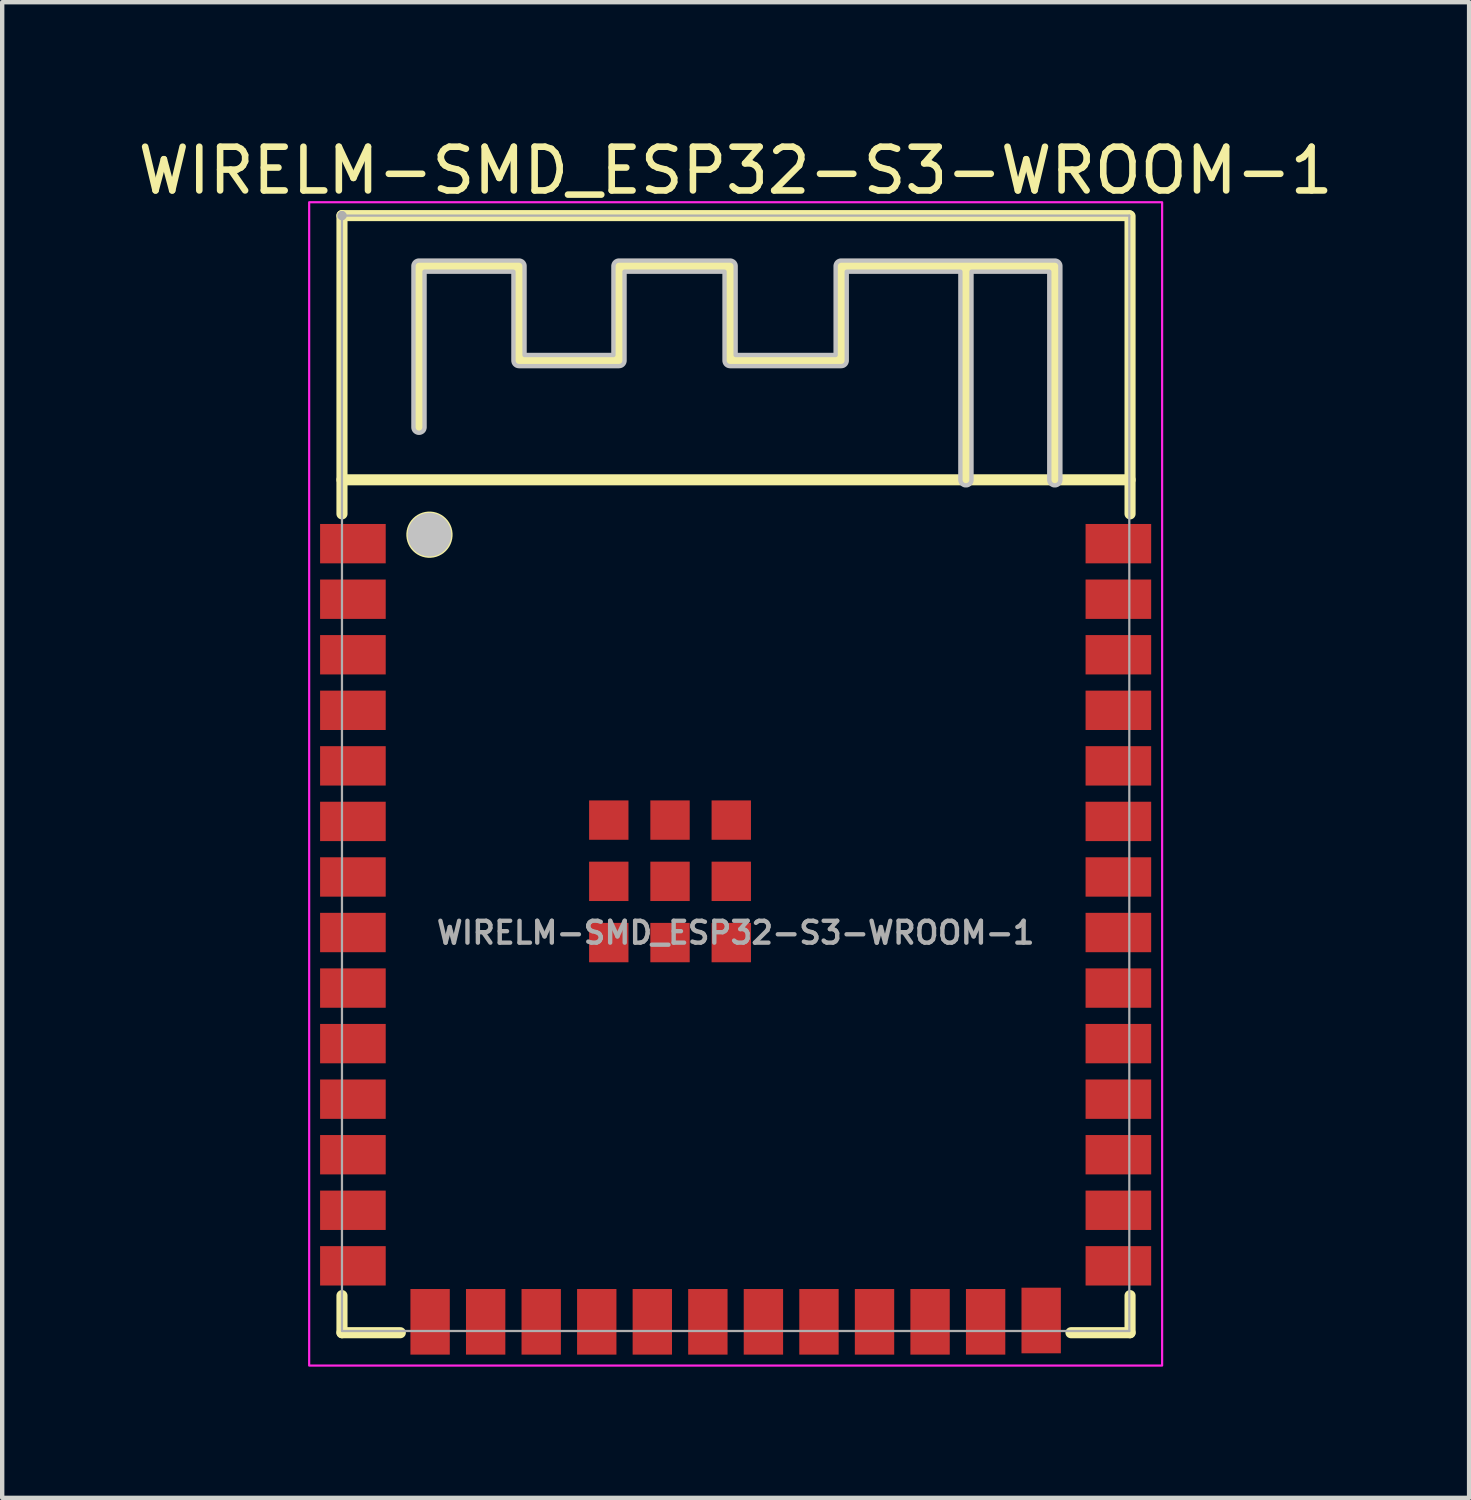
<source format=kicad_pcb>
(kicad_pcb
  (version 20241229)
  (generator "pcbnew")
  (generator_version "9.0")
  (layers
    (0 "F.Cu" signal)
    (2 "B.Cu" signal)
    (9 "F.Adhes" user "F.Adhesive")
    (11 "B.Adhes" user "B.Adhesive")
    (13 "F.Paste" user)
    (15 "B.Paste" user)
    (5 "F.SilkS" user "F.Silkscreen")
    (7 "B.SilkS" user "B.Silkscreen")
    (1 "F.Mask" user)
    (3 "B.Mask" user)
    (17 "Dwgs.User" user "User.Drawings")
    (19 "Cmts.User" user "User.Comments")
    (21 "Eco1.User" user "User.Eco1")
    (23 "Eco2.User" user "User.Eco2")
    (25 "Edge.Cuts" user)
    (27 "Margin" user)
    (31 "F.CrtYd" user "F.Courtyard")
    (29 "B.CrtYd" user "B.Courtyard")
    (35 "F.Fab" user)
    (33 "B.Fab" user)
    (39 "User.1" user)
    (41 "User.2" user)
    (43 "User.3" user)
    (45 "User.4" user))
  (footprint "WIRELM-SMD_ESP32-S3-WROOM-1"
    (layer "F.Cu")
    (at 13.768 18.274)
    (property "Reference" "WIRELM-SMD_ESP32-S3-WROOM-1" (at 0 -17.425 0) (layer "F.SilkS") (effects (font (size 1 1) (thickness 0.15))))
    (fp_line (start -9 -16.395) (end -9 -9.576) (stroke (width 0.254) (type default)) (layer "F.SilkS"))
    (fp_line (start -9 -10.355) (end 9.017 -10.355) (stroke (width 0.254) (type default)) (layer "F.SilkS"))
    (fp_line (start -9 8.296) (end -9 9.144) (stroke (width 0.254) (type default)) (layer "F.SilkS"))
    (fp_line (start -9 9.144) (end -7.666 9.144) (stroke (width 0.254) (type default)) (layer "F.SilkS"))
    (fp_line (start -7.239 -15.24) (end -7.239 -11.557) (stroke (width 0.254) (type default)) (layer "F.SilkS"))
    (fp_line (start -4.953 -15.24) (end -7.239 -15.24) (stroke (width 0.254) (type default)) (layer "F.SilkS"))
    (fp_line (start -4.953 -13.081) (end -4.953 -15.24) (stroke (width 0.254) (type default)) (layer "F.SilkS"))
    (fp_line (start -2.667 -15.24) (end -2.667 -13.081) (stroke (width 0.254) (type default)) (layer "F.SilkS"))
    (fp_line (start -2.667 -13.081) (end -4.953 -13.081) (stroke (width 0.254) (type default)) (layer "F.SilkS"))
    (fp_line (start -0.127 -15.24) (end -2.667 -15.24) (stroke (width 0.254) (type default)) (layer "F.SilkS"))
    (fp_line (start -0.127 -13.081) (end -0.127 -15.24) (stroke (width 0.254) (type default)) (layer "F.SilkS"))
    (fp_line (start 2.413 -15.24) (end 2.413 -13.081) (stroke (width 0.254) (type default)) (layer "F.SilkS"))
    (fp_line (start 2.413 -13.081) (end -0.127 -13.081) (stroke (width 0.254) (type default)) (layer "F.SilkS"))
    (fp_line (start 5.265 -15.24) (end 2.413 -15.24) (stroke (width 0.254) (type default)) (layer "F.SilkS"))
    (fp_line (start 5.265 -10.355) (end 5.265 -15.24) (stroke (width 0.254) (type default)) (layer "F.SilkS"))
    (fp_line (start 7.297 -15.24) (end 5.062 -15.24) (stroke (width 0.254) (type default)) (layer "F.SilkS"))
    (fp_line (start 7.297 -10.355) (end 7.297 -15.24) (stroke (width 0.254) (type default)) (layer "F.SilkS"))
    (fp_line (start 7.666 9.144) (end 9.017 9.144) (stroke (width 0.254) (type default)) (layer "F.SilkS"))
    (fp_line (start 9 -16.395) (end -9 -16.395) (stroke (width 0.254) (type default)) (layer "F.SilkS"))
    (fp_line (start 9.017 -9.576) (end 9.017 -16.383) (stroke (width 0.254) (type default)) (layer "F.SilkS"))
    (fp_line (start 9.017 9.144) (end 9.017 8.296) (stroke (width 0.254) (type default)) (layer "F.SilkS"))
    (fp_poly (pts (arc (start -7.5285 -9.1) (mid -7 -9.6285) (end -6.4715 -9.1)) (arc (start -6.4715 -9.1) (mid -7 -8.5715) (end -7.5285 -9.1))) (stroke (width 0) (type default)) (fill yes) (layer "F.SilkS"))
    (fp_circle (center -7 -9.1) (end -6.75 -9.1) (stroke (width 0.5) (type default)) (fill no) (layer "Dwgs.User"))
    (fp_poly (pts (xy -7.239 -15.367) (xy -7.255 -15.366) (xy -7.272 -15.363) (xy -7.287 -15.357) (xy -7.303 -15.35) (xy -7.316 -15.341) (xy -7.329 -15.33) (xy -7.34 -15.318) (xy -7.349 -15.303) (xy -7.356 -15.289) (xy -7.362 -15.273) (xy -7.365 -15.257) (xy -7.366 -15.24) (xy -7.366 -11.557) (xy -7.365 -11.54) (xy -7.362 -11.524) (xy -7.356 -11.508) (xy -7.349 -11.493) (xy -7.34 -11.479) (xy -7.329 -11.467) (xy -7.316 -11.456) (xy -7.303 -11.447) (xy -7.287 -11.44) (xy -7.272 -11.434) (xy -7.255 -11.431) (xy -7.239 -11.43) (xy -7.223 -11.431) (xy -7.206 -11.434) (xy -7.191 -11.44) (xy -7.176 -11.447) (xy -7.162 -11.456) (xy -7.149 -11.467) (xy -7.138 -11.479) (xy -7.129 -11.493) (xy -7.122 -11.508) (xy -7.117 -11.524) (xy -7.113 -11.54) (xy -7.112 -11.557) (xy -7.112 -15.113) (xy -5.08 -15.113) (xy -5.08 -13.081) (xy -5.079 -13.065) (xy -5.075 -13.048) (xy -5.071 -13.033) (xy -5.063 -13.018) (xy -5.054 -13.004) (xy -5.043 -12.991) (xy -5.03 -12.98) (xy -5.016 -12.971) (xy -5.002 -12.963) (xy -4.986 -12.959) (xy -4.97 -12.955) (xy -4.953 -12.954) (xy -2.667 -12.954) (xy -2.651 -12.955) (xy -2.634 -12.959) (xy -2.619 -12.963) (xy -2.603 -12.971) (xy -2.59 -12.98) (xy -2.577 -12.991) (xy -2.566 -13.004) (xy -2.557 -13.018) (xy -2.55 -13.033) (xy -2.545 -13.048) (xy -2.541 -13.065) (xy -2.54 -13.081) (xy -2.54 -15.113) (xy -0.254 -15.113) (xy -0.254 -13.081) (xy -0.253 -13.065) (xy -0.249 -13.048) (xy -0.244 -13.033) (xy -0.237 -13.018) (xy -0.228 -13.004) (xy -0.217 -12.991) (xy -0.204 -12.98) (xy -0.191 -12.971) (xy -0.175 -12.963) (xy -0.16 -12.959) (xy -0.143 -12.955) (xy -0.127 -12.954) (xy 2.413 -12.954) (xy 2.429 -12.955) (xy 2.446 -12.959) (xy 2.462 -12.963) (xy 2.477 -12.971) (xy 2.49 -12.98) (xy 2.503 -12.991) (xy 2.514 -13.004) (xy 2.523 -13.018) (xy 2.53 -13.033) (xy 2.535 -13.048) (xy 2.539 -13.065) (xy 2.54 -13.081) (xy 2.54 -15.113) (xy 5.062 -15.113) (xy 5.138 -15.113) (xy 5.138 -10.355) (xy 5.139 -10.339) (xy 5.143 -10.322) (xy 5.148 -10.307) (xy 5.155 -10.292) (xy 5.165 -10.278) (xy 5.176 -10.265) (xy 5.188 -10.255) (xy 5.202 -10.245) (xy 5.216 -10.238) (xy 5.232 -10.232) (xy 5.248 -10.229) (xy 5.265 -10.229) (xy 5.282 -10.229) (xy 5.298 -10.232) (xy 5.314 -10.238) (xy 5.329 -10.245) (xy 5.343 -10.255) (xy 5.355 -10.265) (xy 5.366 -10.278) (xy 5.375 -10.292) (xy 5.383 -10.307) (xy 5.388 -10.322) (xy 5.391 -10.339) (xy 5.392 -10.355) (xy 5.392 -15.113) (xy 7.17 -15.113) (xy 7.17 -10.355) (xy 7.171 -10.339) (xy 7.175 -10.322) (xy 7.18 -10.307) (xy 7.187 -10.292) (xy 7.197 -10.278) (xy 7.207 -10.265) (xy 7.22 -10.255) (xy 7.234 -10.245) (xy 7.248 -10.238) (xy 7.264 -10.232) (xy 7.28 -10.229) (xy 7.297 -10.229) (xy 7.314 -10.229) (xy 7.33 -10.232) (xy 7.346 -10.238) (xy 7.361 -10.245) (xy 7.375 -10.255) (xy 7.387 -10.265) (xy 7.398 -10.278) (xy 7.407 -10.292) (xy 7.415 -10.307) (xy 7.42 -10.322) (xy 7.423 -10.339) (xy 7.424 -10.355) (xy 7.424 -15.24) (xy 7.423 -15.257) (xy 7.42 -15.273) (xy 7.415 -15.289) (xy 7.407 -15.303) (xy 7.398 -15.318) (xy 7.387 -15.33) (xy 7.375 -15.341) (xy 7.361 -15.35) (xy 7.346 -15.357) (xy 7.33 -15.363) (xy 7.314 -15.366) (xy 7.297 -15.367) (xy 5.265 -15.367) (xy 5.062 -15.367) (xy 2.413 -15.367) (xy 2.397 -15.366) (xy 2.38 -15.363) (xy 2.365 -15.357) (xy 2.349 -15.35) (xy 2.336 -15.341) (xy 2.323 -15.33) (xy 2.312 -15.318) (xy 2.303 -15.303) (xy 2.296 -15.289) (xy 2.291 -15.273) (xy 2.287 -15.257) (xy 2.286 -15.24) (xy 2.286 -13.208) (xy 0 -13.208) (xy 0 -15.24) (xy -0.001 -15.257) (xy -0.004 -15.273) (xy -0.009 -15.289) (xy -0.017 -15.303) (xy -0.026 -15.318) (xy -0.037 -15.33) (xy -0.05 -15.341) (xy -0.064 -15.35) (xy -0.079 -15.357) (xy -0.094 -15.363) (xy -0.111 -15.366) (xy -0.127 -15.367) (xy -2.667 -15.367) (xy -2.683 -15.366) (xy -2.7 -15.363) (xy -2.716 -15.357) (xy -2.731 -15.35) (xy -2.744 -15.341) (xy -2.757 -15.33) (xy -2.768 -15.318) (xy -2.777 -15.303) (xy -2.784 -15.289) (xy -2.789 -15.273) (xy -2.793 -15.257) (xy -2.794 -15.24) (xy -2.794 -13.208) (xy -4.826 -13.208) (xy -4.826 -15.24) (xy -4.827 -15.257) (xy -4.83 -15.273) (xy -4.835 -15.289) (xy -4.843 -15.303) (xy -4.852 -15.318) (xy -4.863 -15.33) (xy -4.875 -15.341) (xy -4.889 -15.35) (xy -4.904 -15.357) (xy -4.92 -15.363) (xy -4.936 -15.366) (xy -4.953 -15.367)) (stroke (width 0.1) (type default)) (fill no) (layer "Dwgs.User"))
    (fp_rect (start -9.75 -16.7) (end 9.75 9.895) (stroke (width 0.05) (type default)) (fill no) (layer "F.CrtYd"))
    (fp_line (start -9 -16.395) (end 9 -16.395) (stroke (width 0.051) (type default)) (layer "F.Fab"))
    (fp_line (start -9 9.105) (end -9 -16.395) (stroke (width 0.051) (type default)) (layer "F.Fab"))
    (fp_line (start 9 -16.395) (end 9 9.105) (stroke (width 0.051) (type default)) (layer "F.Fab"))
    (fp_line (start 9 9.105) (end -9 9.105) (stroke (width 0.051) (type default)) (layer "F.Fab"))
    (fp_poly (pts (xy -8.945 -16.418) (xy -8.977 -16.45) (xy -9.023 -16.45) (xy -9.055 -16.418) (xy -9.055 -16.372) (xy -9.023 -16.34) (xy -8.977 -16.34) (xy -8.945 -16.372)) (stroke (width 0.1) (type default)) (fill no) (layer "F.Fab"))
    (fp_poly (pts (xy -9 -9.345) (xy -8.1 -9.345) (xy -8.1 -8.445) (xy -9 -8.445)) (stroke (width 0.1) (type default)) (fill no) (layer "User.1"))
    (fp_poly (pts (xy -9 -8.075) (xy -8.1 -8.075) (xy -8.1 -7.175) (xy -9 -7.175)) (stroke (width 0.1) (type default)) (fill no) (layer "User.1"))
    (fp_poly (pts (xy -9 -6.805) (xy -8.1 -6.805) (xy -8.1 -5.905) (xy -9 -5.905)) (stroke (width 0.1) (type default)) (fill no) (layer "User.1"))
    (fp_poly (pts (xy -9 -5.535) (xy -8.1 -5.535) (xy -8.1 -4.635) (xy -9 -4.635)) (stroke (width 0.1) (type default)) (fill no) (layer "User.1"))
    (fp_poly (pts (xy -9 -4.265) (xy -8.1 -4.265) (xy -8.1 -3.365) (xy -9 -3.365)) (stroke (width 0.1) (type default)) (fill no) (layer "User.1"))
    (fp_poly (pts (xy -9 -2.995) (xy -8.1 -2.995) (xy -8.1 -2.095) (xy -9 -2.095)) (stroke (width 0.1) (type default)) (fill no) (layer "User.1"))
    (fp_poly (pts (xy -9 -1.725) (xy -8.1 -1.725) (xy -8.1 -0.825) (xy -9 -0.825)) (stroke (width 0.1) (type default)) (fill no) (layer "User.1"))
    (fp_poly (pts (xy -9 -0.455) (xy -8.1 -0.455) (xy -8.1 0.445) (xy -9 0.445)) (stroke (width 0.1) (type default)) (fill no) (layer "User.1"))
    (fp_poly (pts (xy -9 0.815) (xy -8.1 0.815) (xy -8.1 1.715) (xy -9 1.715)) (stroke (width 0.1) (type default)) (fill no) (layer "User.1"))
    (fp_poly (pts (xy -9 2.085) (xy -8.1 2.085) (xy -8.1 2.985) (xy -9 2.985)) (stroke (width 0.1) (type default)) (fill no) (layer "User.1"))
    (fp_poly (pts (xy -9 3.355) (xy -8.1 3.355) (xy -8.1 4.255) (xy -9 4.255)) (stroke (width 0.1) (type default)) (fill no) (layer "User.1"))
    (fp_poly (pts (xy -9 4.625) (xy -8.1 4.625) (xy -8.1 5.525) (xy -9 5.525)) (stroke (width 0.1) (type default)) (fill no) (layer "User.1"))
    (fp_poly (pts (xy -9 5.895) (xy -8.1 5.895) (xy -8.1 6.795) (xy -9 6.795)) (stroke (width 0.1) (type default)) (fill no) (layer "User.1"))
    (fp_poly (pts (xy -9 7.165) (xy -8.1 7.165) (xy -8.1 8.065) (xy -9 8.065)) (stroke (width 0.1) (type default)) (fill no) (layer "User.1"))
    (fp_poly (pts (xy -6.535 8.205) (xy -6.535 9.105) (xy -7.435 9.105) (xy -7.435 8.205)) (stroke (width 0.1) (type default)) (fill no) (layer "User.1"))
    (fp_poly (pts (xy -5.265 8.205) (xy -5.265 9.105) (xy -6.165 9.105) (xy -6.165 8.205)) (stroke (width 0.1) (type default)) (fill no) (layer "User.1"))
    (fp_poly (pts (xy -3.995 8.205) (xy -3.995 9.105) (xy -4.895 9.105) (xy -4.895 8.205)) (stroke (width 0.1) (type default)) (fill no) (layer "User.1"))
    (fp_poly (pts (xy -3.35 -2.125) (xy -3.35 -3.025) (xy -2.45 -3.025) (xy -2.45 -2.125)) (stroke (width 0.1) (type default)) (fill no) (layer "User.1"))
    (fp_poly (pts (xy -3.35 -0.725) (xy -3.35 -1.625) (xy -2.45 -1.625) (xy -2.45 -0.725)) (stroke (width 0.1) (type default)) (fill no) (layer "User.1"))
    (fp_poly (pts (xy -3.35 0.675) (xy -3.35 -0.225) (xy -2.45 -0.225) (xy -2.45 0.675)) (stroke (width 0.1) (type default)) (fill no) (layer "User.1"))
    (fp_poly (pts (xy -2.725 8.205) (xy -2.725 9.105) (xy -3.625 9.105) (xy -3.625 8.205)) (stroke (width 0.1) (type default)) (fill no) (layer "User.1"))
    (fp_poly (pts (xy -1.95 -2.125) (xy -1.95 -3.025) (xy -1.05 -3.025) (xy -1.05 -2.125)) (stroke (width 0.1) (type default)) (fill no) (layer "User.1"))
    (fp_poly (pts (xy -1.95 -0.725) (xy -1.95 -1.625) (xy -1.05 -1.625) (xy -1.05 -0.725)) (stroke (width 0.1) (type default)) (fill no) (layer "User.1"))
    (fp_poly (pts (xy -1.95 0.675) (xy -1.95 -0.225) (xy -1.05 -0.225) (xy -1.05 0.675)) (stroke (width 0.1) (type default)) (fill no) (layer "User.1"))
    (fp_poly (pts (xy -1.455 8.205) (xy -1.455 9.105) (xy -2.355 9.105) (xy -2.355 8.205)) (stroke (width 0.1) (type default)) (fill no) (layer "User.1"))
    (fp_poly (pts (xy -0.55 -2.125) (xy -0.55 -3.025) (xy 0.35 -3.025) (xy 0.35 -2.125)) (stroke (width 0.1) (type default)) (fill no) (layer "User.1"))
    (fp_poly (pts (xy -0.55 -0.725) (xy -0.55 -1.625) (xy 0.35 -1.625) (xy 0.35 -0.725)) (stroke (width 0.1) (type default)) (fill no) (layer "User.1"))
    (fp_poly (pts (xy -0.55 0.675) (xy -0.55 -0.225) (xy 0.35 -0.225) (xy 0.35 0.675)) (stroke (width 0.1) (type default)) (fill no) (layer "User.1"))
    (fp_poly (pts (xy -0.185 8.205) (xy -0.185 9.105) (xy -1.085 9.105) (xy -1.085 8.205)) (stroke (width 0.1) (type default)) (fill no) (layer "User.1"))
    (fp_poly (pts (xy 1.085 8.205) (xy 1.085 9.105) (xy 0.185 9.105) (xy 0.185 8.205)) (stroke (width 0.1) (type default)) (fill no) (layer "User.1"))
    (fp_poly (pts (xy 2.355 8.205) (xy 2.355 9.105) (xy 1.455 9.105) (xy 1.455 8.205)) (stroke (width 0.1) (type default)) (fill no) (layer "User.1"))
    (fp_poly (pts (xy 3.625 8.205) (xy 3.625 9.105) (xy 2.725 9.105) (xy 2.725 8.205)) (stroke (width 0.1) (type default)) (fill no) (layer "User.1"))
    (fp_poly (pts (xy 4.895 8.205) (xy 4.895 9.105) (xy 3.995 9.105) (xy 3.995 8.205)) (stroke (width 0.1) (type default)) (fill no) (layer "User.1"))
    (fp_poly (pts (xy 6.165 8.205) (xy 6.165 9.105) (xy 5.265 9.105) (xy 5.265 8.205)) (stroke (width 0.1) (type default)) (fill no) (layer "User.1"))
    (fp_poly (pts (xy 7.435 8.205) (xy 7.435 9.105) (xy 6.535 9.105) (xy 6.535 8.205)) (stroke (width 0.1) (type default)) (fill no) (layer "User.1"))
    (fp_poly (pts (xy 9 -8.445) (xy 8.1 -8.445) (xy 8.1 -9.345) (xy 9 -9.345)) (stroke (width 0.1) (type default)) (fill no) (layer "User.1"))
    (fp_poly (pts (xy 9 -7.175) (xy 8.1 -7.175) (xy 8.1 -8.075) (xy 9 -8.075)) (stroke (width 0.1) (type default)) (fill no) (layer "User.1"))
    (fp_poly (pts (xy 9 -5.905) (xy 8.1 -5.905) (xy 8.1 -6.805) (xy 9 -6.805)) (stroke (width 0.1) (type default)) (fill no) (layer "User.1"))
    (fp_poly (pts (xy 9 -4.635) (xy 8.1 -4.635) (xy 8.1 -5.535) (xy 9 -5.535)) (stroke (width 0.1) (type default)) (fill no) (layer "User.1"))
    (fp_poly (pts (xy 9 -3.365) (xy 8.1 -3.365) (xy 8.1 -4.265) (xy 9 -4.265)) (stroke (width 0.1) (type default)) (fill no) (layer "User.1"))
    (fp_poly (pts (xy 9 -2.095) (xy 8.1 -2.095) (xy 8.1 -2.995) (xy 9 -2.995)) (stroke (width 0.1) (type default)) (fill no) (layer "User.1"))
    (fp_poly (pts (xy 9 -0.825) (xy 8.1 -0.825) (xy 8.1 -1.725) (xy 9 -1.725)) (stroke (width 0.1) (type default)) (fill no) (layer "User.1"))
    (fp_poly (pts (xy 9 0.445) (xy 8.1 0.445) (xy 8.1 -0.455) (xy 9 -0.455)) (stroke (width 0.1) (type default)) (fill no) (layer "User.1"))
    (fp_poly (pts (xy 9 1.715) (xy 8.1 1.715) (xy 8.1 0.815) (xy 9 0.815)) (stroke (width 0.1) (type default)) (fill no) (layer "User.1"))
    (fp_poly (pts (xy 9 2.985) (xy 8.1 2.985) (xy 8.1 2.085) (xy 9 2.085)) (stroke (width 0.1) (type default)) (fill no) (layer "User.1"))
    (fp_poly (pts (xy 9 4.255) (xy 8.1 4.255) (xy 8.1 3.355) (xy 9 3.355)) (stroke (width 0.1) (type default)) (fill no) (layer "User.1"))
    (fp_poly (pts (xy 9 5.525) (xy 8.1 5.525) (xy 8.1 4.625) (xy 9 4.625)) (stroke (width 0.1) (type default)) (fill no) (layer "User.1"))
    (fp_poly (pts (xy 9 6.795) (xy 8.1 6.795) (xy 8.1 5.895) (xy 9 5.895)) (stroke (width 0.1) (type default)) (fill no) (layer "User.1"))
    (fp_poly (pts (xy 9 8.065) (xy 8.1 8.065) (xy 8.1 7.165) (xy 9 7.165)) (stroke (width 0.1) (type default)) (fill no) (layer "User.1"))
    (fp_text user "${REFERENCE}" (at 0 0 0) (layer "F.Fab") (effects (font (size 0.5 0.5) (thickness 0.1))))
    (pad "1" smd rect (at -8.75 -8.895) (size 1.5 0.9) (layers "F.Cu" "F.Mask" "F.Paste"))
    (pad "2" smd rect (at -8.75 -7.625) (size 1.5 0.9) (layers "F.Cu" "F.Mask" "F.Paste"))
    (pad "3" smd rect (at -8.75 -6.355) (size 1.5 0.9) (layers "F.Cu" "F.Mask" "F.Paste"))
    (pad "4" smd rect (at -8.75 -5.085) (size 1.5 0.9) (layers "F.Cu" "F.Mask" "F.Paste"))
    (pad "5" smd rect (at -8.75 -3.815) (size 1.5 0.9) (layers "F.Cu" "F.Mask" "F.Paste"))
    (pad "6" smd rect (at -8.75 -2.545) (size 1.5 0.9) (layers "F.Cu" "F.Mask" "F.Paste"))
    (pad "7" smd rect (at -8.75 -1.275) (size 1.5 0.9) (layers "F.Cu" "F.Mask" "F.Paste"))
    (pad "8" smd rect (at -8.75 -0.005) (size 1.5 0.9) (layers "F.Cu" "F.Mask" "F.Paste"))
    (pad "9" smd rect (at -8.75 1.265) (size 1.5 0.9) (layers "F.Cu" "F.Mask" "F.Paste"))
    (pad "10" smd rect (at -8.75 2.535) (size 1.5 0.9) (layers "F.Cu" "F.Mask" "F.Paste"))
    (pad "11" smd rect (at -8.75 3.805) (size 1.5 0.9) (layers "F.Cu" "F.Mask" "F.Paste"))
    (pad "12" smd rect (at -8.75 5.075) (size 1.5 0.9) (layers "F.Cu" "F.Mask" "F.Paste"))
    (pad "13" smd rect (at -8.75 6.345) (size 1.5 0.9) (layers "F.Cu" "F.Mask" "F.Paste"))
    (pad "14" smd rect (at -8.75 7.615) (size 1.5 0.9) (layers "F.Cu" "F.Mask" "F.Paste"))
    (pad "15" smd rect (at -6.985 8.895 90) (size 1.5 0.9) (layers "F.Cu" "F.Mask" "F.Paste"))
    (pad "16" smd rect (at -5.715 8.895 90) (size 1.5 0.9) (layers "F.Cu" "F.Mask" "F.Paste"))
    (pad "17" smd rect (at -4.445 8.895 90) (size 1.5 0.9) (layers "F.Cu" "F.Mask" "F.Paste"))
    (pad "18" smd rect (at -3.175 8.895 90) (size 1.5 0.9) (layers "F.Cu" "F.Mask" "F.Paste"))
    (pad "19" smd rect (at -1.905 8.895 90) (size 1.5 0.9) (layers "F.Cu" "F.Mask" "F.Paste"))
    (pad "20" smd rect (at -0.635 8.895 90) (size 1.5 0.9) (layers "F.Cu" "F.Mask" "F.Paste"))
    (pad "21" smd rect (at 0.635 8.895 90) (size 1.5 0.9) (layers "F.Cu" "F.Mask" "F.Paste"))
    (pad "22" smd rect (at 1.905 8.895 90) (size 1.5 0.9) (layers "F.Cu" "F.Mask" "F.Paste"))
    (pad "23" smd rect (at 3.175 8.895 90) (size 1.5 0.9) (layers "F.Cu" "F.Mask" "F.Paste"))
    (pad "24" smd rect (at 4.445 8.895 90) (size 1.5 0.9) (layers "F.Cu" "F.Mask" "F.Paste"))
    (pad "25" smd rect (at 5.715 8.895 90) (size 1.5 0.9) (layers "F.Cu" "F.Mask" "F.Paste"))
    (pad "26" smd rect (at 6.985 8.865 90) (size 1.5 0.9) (layers "F.Cu" "F.Mask" "F.Paste"))
    (pad "27" smd rect (at 8.75 7.615 180) (size 1.5 0.9) (layers "F.Cu" "F.Mask" "F.Paste"))
    (pad "28" smd rect (at 8.75 6.345 180) (size 1.5 0.9) (layers "F.Cu" "F.Mask" "F.Paste"))
    (pad "29" smd rect (at 8.75 5.075 180) (size 1.5 0.9) (layers "F.Cu" "F.Mask" "F.Paste"))
    (pad "30" smd rect (at 8.75 3.805 180) (size 1.5 0.9) (layers "F.Cu" "F.Mask" "F.Paste"))
    (pad "31" smd rect (at 8.75 2.535 180) (size 1.5 0.9) (layers "F.Cu" "F.Mask" "F.Paste"))
    (pad "32" smd rect (at 8.75 1.265 180) (size 1.5 0.9) (layers "F.Cu" "F.Mask" "F.Paste"))
    (pad "33" smd rect (at 8.75 -0.005 180) (size 1.5 0.9) (layers "F.Cu" "F.Mask" "F.Paste"))
    (pad "34" smd rect (at 8.75 -1.275 180) (size 1.5 0.9) (layers "F.Cu" "F.Mask" "F.Paste"))
    (pad "35" smd rect (at 8.75 -2.545 180) (size 1.5 0.9) (layers "F.Cu" "F.Mask" "F.Paste"))
    (pad "36" smd rect (at 8.75 -3.815 180) (size 1.5 0.9) (layers "F.Cu" "F.Mask" "F.Paste"))
    (pad "37" smd rect (at 8.75 -5.085 180) (size 1.5 0.9) (layers "F.Cu" "F.Mask" "F.Paste"))
    (pad "38" smd rect (at 8.75 -6.355 180) (size 1.5 0.9) (layers "F.Cu" "F.Mask" "F.Paste"))
    (pad "39" smd rect (at 8.75 -7.625 180) (size 1.5 0.9) (layers "F.Cu" "F.Mask" "F.Paste"))
    (pad "40" smd rect (at 8.75 -8.895 180) (size 1.5 0.9) (layers "F.Cu" "F.Mask" "F.Paste"))
    (pad "41" smd rect (at -2.9 -2.575 90) (size 0.9 0.9) (layers "F.Cu" "F.Mask" "F.Paste"))
    (pad "41" smd rect (at -2.9 -1.175 90) (size 0.9 0.9) (layers "F.Cu" "F.Mask" "F.Paste"))
    (pad "41" smd rect (at -2.9 0.225 90) (size 0.9 0.9) (layers "F.Cu" "F.Mask" "F.Paste"))
    (pad "41" smd rect (at -1.5 -2.575 90) (size 0.9 0.9) (layers "F.Cu" "F.Mask" "F.Paste"))
    (pad "41" smd rect (at -1.5 -1.175 90) (size 0.9 0.9) (layers "F.Cu" "F.Mask" "F.Paste"))
    (pad "41" smd rect (at -1.5 0.225 90) (size 0.9 0.9) (layers "F.Cu" "F.Mask" "F.Paste"))
    (pad "41" smd rect (at -0.1 -2.575 90) (size 0.9 0.9) (layers "F.Cu" "F.Mask" "F.Paste"))
    (pad "41" smd rect (at -0.1 -1.175 90) (size 0.9 0.9) (layers "F.Cu" "F.Mask" "F.Paste"))
    (pad "41" smd rect (at -0.1 0.225 90) (size 0.9 0.9) (layers "F.Cu" "F.Mask" "F.Paste")))
  (gr_rect
    (start -3 -3)
    (end 30.536 31.194)
    (stroke (width 0.1) (type default))
    (fill no)
    (layer "Edge.Cuts")))
</source>
